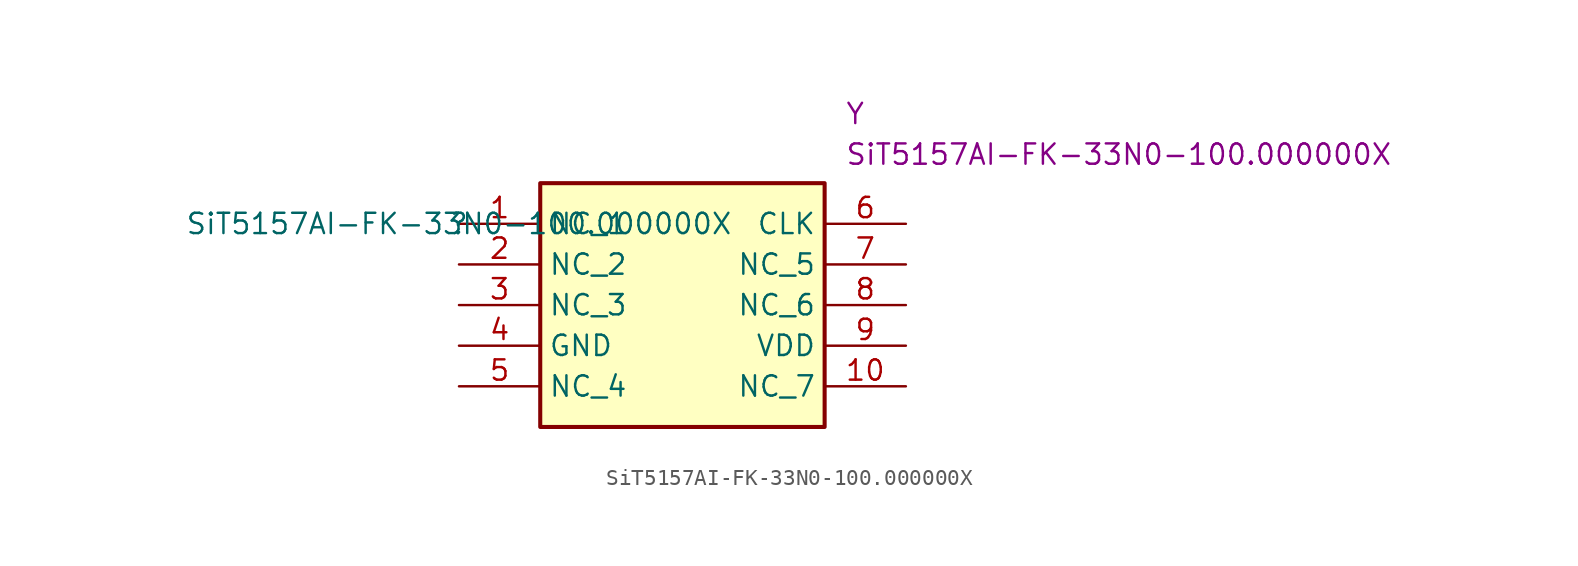
<source format=kicad_sym>
(kicad_symbol_lib
  (version 20211014)
  (generator kicad_symbol_editor)
  (symbol "SiT5157AI-FK-33N0-100.000000X"
    (property "Reference" ""
      (at 0 0 0)
      (effects (font (size 1.27 1.27))))
    (property "Value" "SiT5157AI-FK-33N0-100.000000X"
      (at 0 0 0)
      (effects (font (size 1.27 1.27))))
    (property "Reference_1" "Y"
      (at 24.13 7.62 0)
      (effects (font (size 1.27 1.27)) (justify left top)))
    (property "Value_1" "SiT5157AI-FK-33N0-100.000000X"
      (at 24.13 5.08 0)
      (effects (font (size 1.27 1.27)) (justify left top)))
    (symbol "SiT5157AI-FK-33N0-100.000000X_1_1"
      (rectangle (start 5.08 2.54) (end 22.86 -12.7) (stroke (width 0.254) (type default) (color 0 0 0 0)) (fill (type background)))
      (pin passive line (at 0 0 0) (length 5.08) (name "NC_1" (effects (font (size 1.27 1.27)))) (number "1" (effects (font (size 1.27 1.27)))))
      (pin passive line (at 27.94 -10.16 180) (length 5.08) (name "NC_7" (effects (font (size 1.27 1.27)))) (number "10" (effects (font (size 1.27 1.27)))))
      (pin passive line (at 0 -2.54 0) (length 5.08) (name "NC_2" (effects (font (size 1.27 1.27)))) (number "2" (effects (font (size 1.27 1.27)))))
      (pin passive line (at 0 -5.08 0) (length 5.08) (name "NC_3" (effects (font (size 1.27 1.27)))) (number "3" (effects (font (size 1.27 1.27)))))
      (pin passive line (at 0 -7.62 0) (length 5.08) (name "GND" (effects (font (size 1.27 1.27)))) (number "4" (effects (font (size 1.27 1.27)))))
      (pin passive line (at 0 -10.16 0) (length 5.08) (name "NC_4" (effects (font (size 1.27 1.27)))) (number "5" (effects (font (size 1.27 1.27)))))
      (pin passive line (at 27.94 0 180) (length 5.08) (name "CLK" (effects (font (size 1.27 1.27)))) (number "6" (effects (font (size 1.27 1.27)))))
      (pin passive line (at 27.94 -2.54 180) (length 5.08) (name "NC_5" (effects (font (size 1.27 1.27)))) (number "7" (effects (font (size 1.27 1.27)))))
      (pin passive line (at 27.94 -5.08 180) (length 5.08) (name "NC_6" (effects (font (size 1.27 1.27)))) (number "8" (effects (font (size 1.27 1.27)))))
      (pin passive line (at 27.94 -7.62 180) (length 5.08) (name "VDD" (effects (font (size 1.27 1.27)))) (number "9" (effects (font (size 1.27 1.27))))))))
</source>
